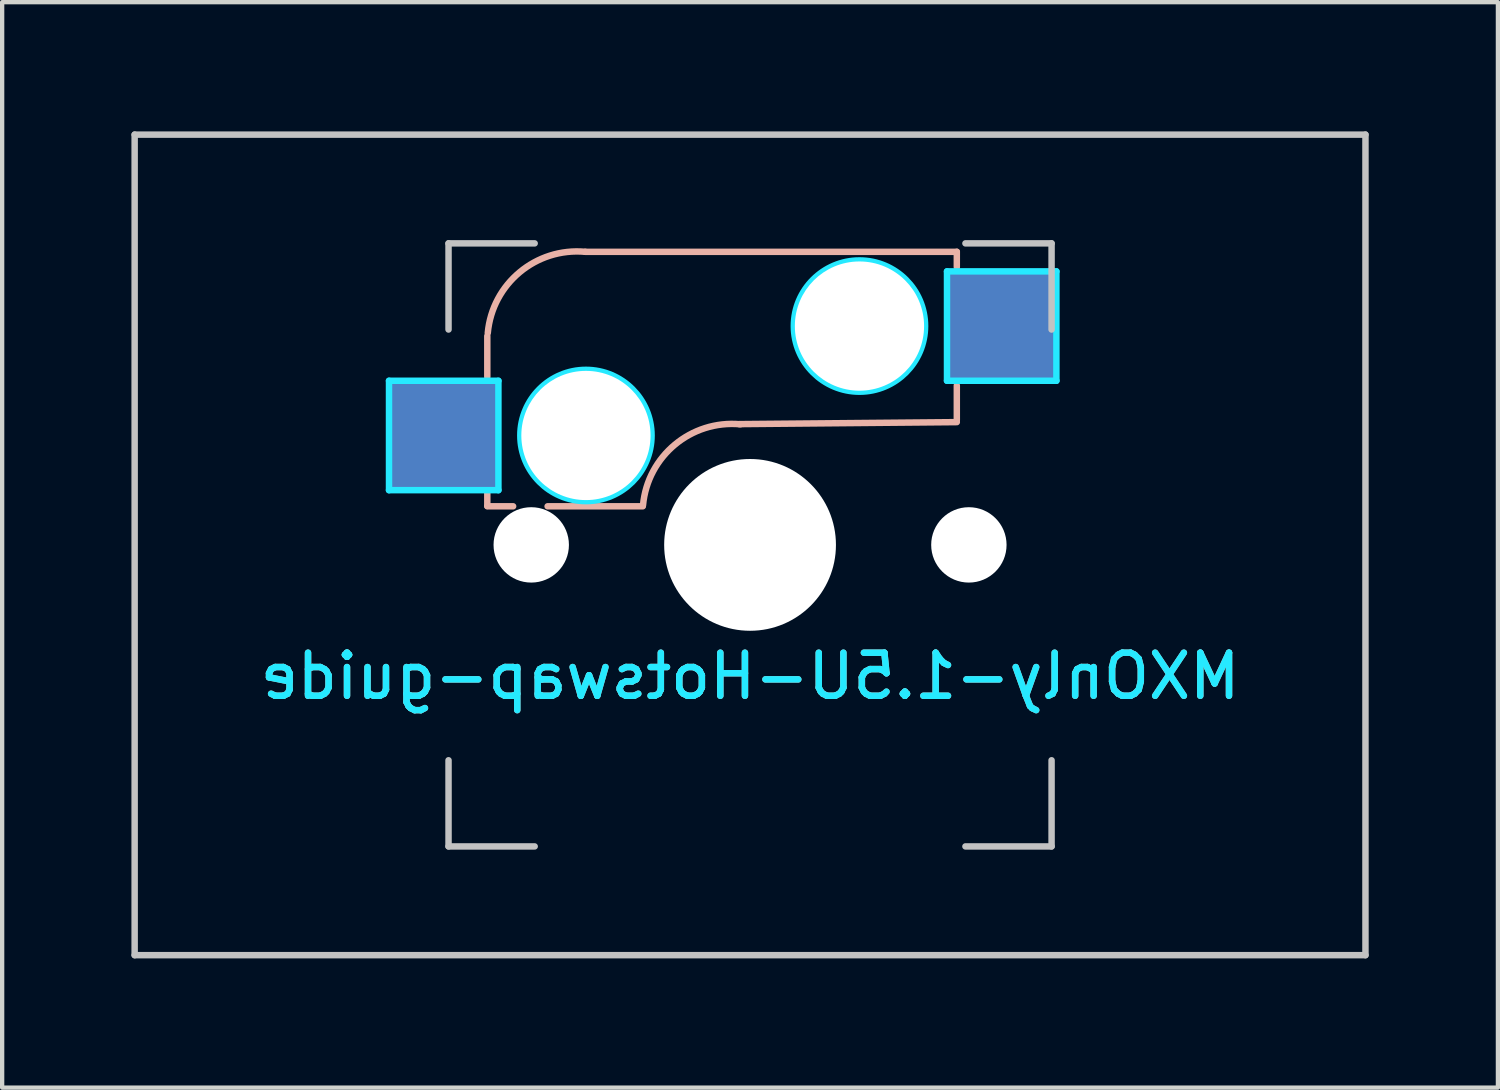
<source format=kicad_pcb>
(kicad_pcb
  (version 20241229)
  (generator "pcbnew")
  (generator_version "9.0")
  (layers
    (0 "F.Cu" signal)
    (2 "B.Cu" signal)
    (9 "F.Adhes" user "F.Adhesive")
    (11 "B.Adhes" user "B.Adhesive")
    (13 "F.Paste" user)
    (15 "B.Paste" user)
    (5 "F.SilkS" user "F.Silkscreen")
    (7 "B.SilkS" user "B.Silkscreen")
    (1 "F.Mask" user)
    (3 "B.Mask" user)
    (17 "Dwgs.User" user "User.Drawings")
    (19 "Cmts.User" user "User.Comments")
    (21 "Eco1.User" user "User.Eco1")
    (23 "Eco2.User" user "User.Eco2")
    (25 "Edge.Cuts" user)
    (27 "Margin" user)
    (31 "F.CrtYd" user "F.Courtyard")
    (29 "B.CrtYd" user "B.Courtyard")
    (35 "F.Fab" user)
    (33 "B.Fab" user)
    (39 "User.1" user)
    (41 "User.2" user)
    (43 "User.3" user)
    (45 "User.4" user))
  (footprint "MXOnly-1.5U-Hotswap-guide"
    (layer "F.Cu")
    (at 14.363 9.6)
    (property "Reference" "MXOnly-1.5U-Hotswap-guide" (at 0 3.048 0) (layer "B.CrtYd") (effects (font (size 1 1) (thickness 0.15)) (justify mirror)))
    (attr smd)
    (fp_line (start -6.1 -4.85) (end -6.1 -3.9) (stroke (width 0.15) (type solid)) (layer "B.SilkS"))
    (fp_line (start -6.1 -1.2) (end -6.1 -0.905) (stroke (width 0.15) (type solid)) (layer "B.SilkS"))
    (fp_line (start -6.1 -0.896) (end -5.5 -0.896) (stroke (width 0.15) (type solid)) (layer "B.SilkS"))
    (fp_line (start -4.7 -0.896) (end -2.49 -0.896) (stroke (width 0.15) (type solid)) (layer "B.SilkS"))
    (fp_line (start 4.8 -6.804) (end -3.825 -6.804) (stroke (width 0.15) (type solid)) (layer "B.SilkS"))
    (fp_line (start 4.8 -6.45) (end 4.8 -6.804) (stroke (width 0.15) (type solid)) (layer "B.SilkS"))
    (fp_line (start 4.8 -2.896) (end 4.8 -3.7) (stroke (width 0.15) (type solid)) (layer "B.SilkS"))
    (fp_line (start 4.8 -2.85) (end -0.25 -2.804) (stroke (width 0.15) (type solid)) (layer "B.SilkS"))
    (fp_arc (start -6.089 -4.92) (mid -5.347189 -6.33089) (end -3.825 -6.804) (stroke (width 0.15) (type solid)) (layer "B.SilkS"))
    (fp_arc (start -2.485 -0.92) (mid -1.744361 -2.328061) (end -0.225 -2.8) (stroke (width 0.15) (type solid)) (layer "B.SilkS"))
    (fp_line (start -14.287 -9.525) (end 14.287 -9.525) (stroke (width 0.15) (type solid)) (layer "Dwgs.User"))
    (fp_line (start -14.287 9.525) (end -14.287 -9.525) (stroke (width 0.15) (type solid)) (layer "Dwgs.User"))
    (fp_line (start -7 -7) (end -7 -5) (stroke (width 0.15) (type solid)) (layer "Dwgs.User"))
    (fp_line (start -7 5) (end -7 7) (stroke (width 0.15) (type solid)) (layer "Dwgs.User"))
    (fp_line (start -7 7) (end -5 7) (stroke (width 0.15) (type solid)) (layer "Dwgs.User"))
    (fp_line (start -5 -7) (end -7 -7) (stroke (width 0.15) (type solid)) (layer "Dwgs.User"))
    (fp_line (start 5 -7) (end 7 -7) (stroke (width 0.15) (type solid)) (layer "Dwgs.User"))
    (fp_line (start 5 7) (end 7 7) (stroke (width 0.15) (type solid)) (layer "Dwgs.User"))
    (fp_line (start 7 -7) (end 7 -5) (stroke (width 0.15) (type solid)) (layer "Dwgs.User"))
    (fp_line (start 7 7) (end 7 5) (stroke (width 0.15) (type solid)) (layer "Dwgs.User"))
    (fp_line (start 14.287 -9.525) (end 14.287 9.525) (stroke (width 0.15) (type solid)) (layer "Dwgs.User"))
    (fp_line (start 14.287 9.525) (end -14.287 9.525) (stroke (width 0.15) (type solid)) (layer "Dwgs.User"))
    (fp_line (start -8.382 -3.81) (end -5.842 -3.81) (stroke (width 0.15) (type solid)) (layer "B.CrtYd"))
    (fp_line (start -8.382 -1.27) (end -8.382 -3.81) (stroke (width 0.15) (type solid)) (layer "B.CrtYd"))
    (fp_line (start -5.842 -3.81) (end -5.842 -1.27) (stroke (width 0.15) (type solid)) (layer "B.CrtYd"))
    (fp_line (start -5.842 -1.27) (end -8.382 -1.27) (stroke (width 0.15) (type solid)) (layer "B.CrtYd"))
    (fp_line (start 4.572 -6.35) (end 7.112 -6.35) (stroke (width 0.15) (type solid)) (layer "B.CrtYd"))
    (fp_line (start 4.572 -3.81) (end 4.572 -6.35) (stroke (width 0.15) (type solid)) (layer "B.CrtYd"))
    (fp_line (start 7.112 -6.35) (end 7.112 -3.81) (stroke (width 0.15) (type solid)) (layer "B.CrtYd"))
    (fp_line (start 7.112 -3.81) (end 4.572 -3.81) (stroke (width 0.15) (type solid)) (layer "B.CrtYd"))
    (fp_circle (center -3.81 -2.54) (end -3.81 -4.064) (stroke (width 0.15) (type solid)) (fill no) (layer "B.CrtYd"))
    (fp_circle (center 2.54 -5.08) (end 2.54 -6.604) (stroke (width 0.15) (type solid)) (fill no) (layer "B.CrtYd"))
    (fp_text user "${REFERENCE}" (at 0 3.048 0) (layer "B.SilkS") (effects (font (size 1 1) (thickness 0.15)) (justify mirror)))
    (pad "" np_thru_hole circle (at -5.08 0 48.1) (size 1.75 1.75) (drill 1.75) (layers "*.Cu" "*.Mask"))
    (pad "" np_thru_hole circle (at -3.81 -2.54) (size 3 3) (drill 3) (layers "*.Cu" "*.Mask"))
    (pad "" np_thru_hole circle (at 0 0) (size 3.988 3.988) (drill 3.988) (layers "*.Cu" "*.Mask"))
    (pad "" np_thru_hole circle (at 2.54 -5.08) (size 3 3) (drill 3) (layers "*.Cu" "*.Mask"))
    (pad "" np_thru_hole circle (at 5.08 0 48.1) (size 1.75 1.75) (drill 1.75) (layers "*.Cu" "*.Mask"))
    (pad "1" smd rect (at -7.085 -2.54) (size 2.55 2.5) (layers "B.Cu" "B.Mask" "B.Paste"))
    (pad "2" smd rect (at 5.842 -5.08) (size 2.55 2.5) (layers "B.Cu" "B.Mask" "B.Paste")))
  (gr_rect
    (start -3 -3)
    (end 31.725 22.2)
    (stroke (width 0.1) (type default))
    (fill no)
    (layer "Edge.Cuts")))
</source>
